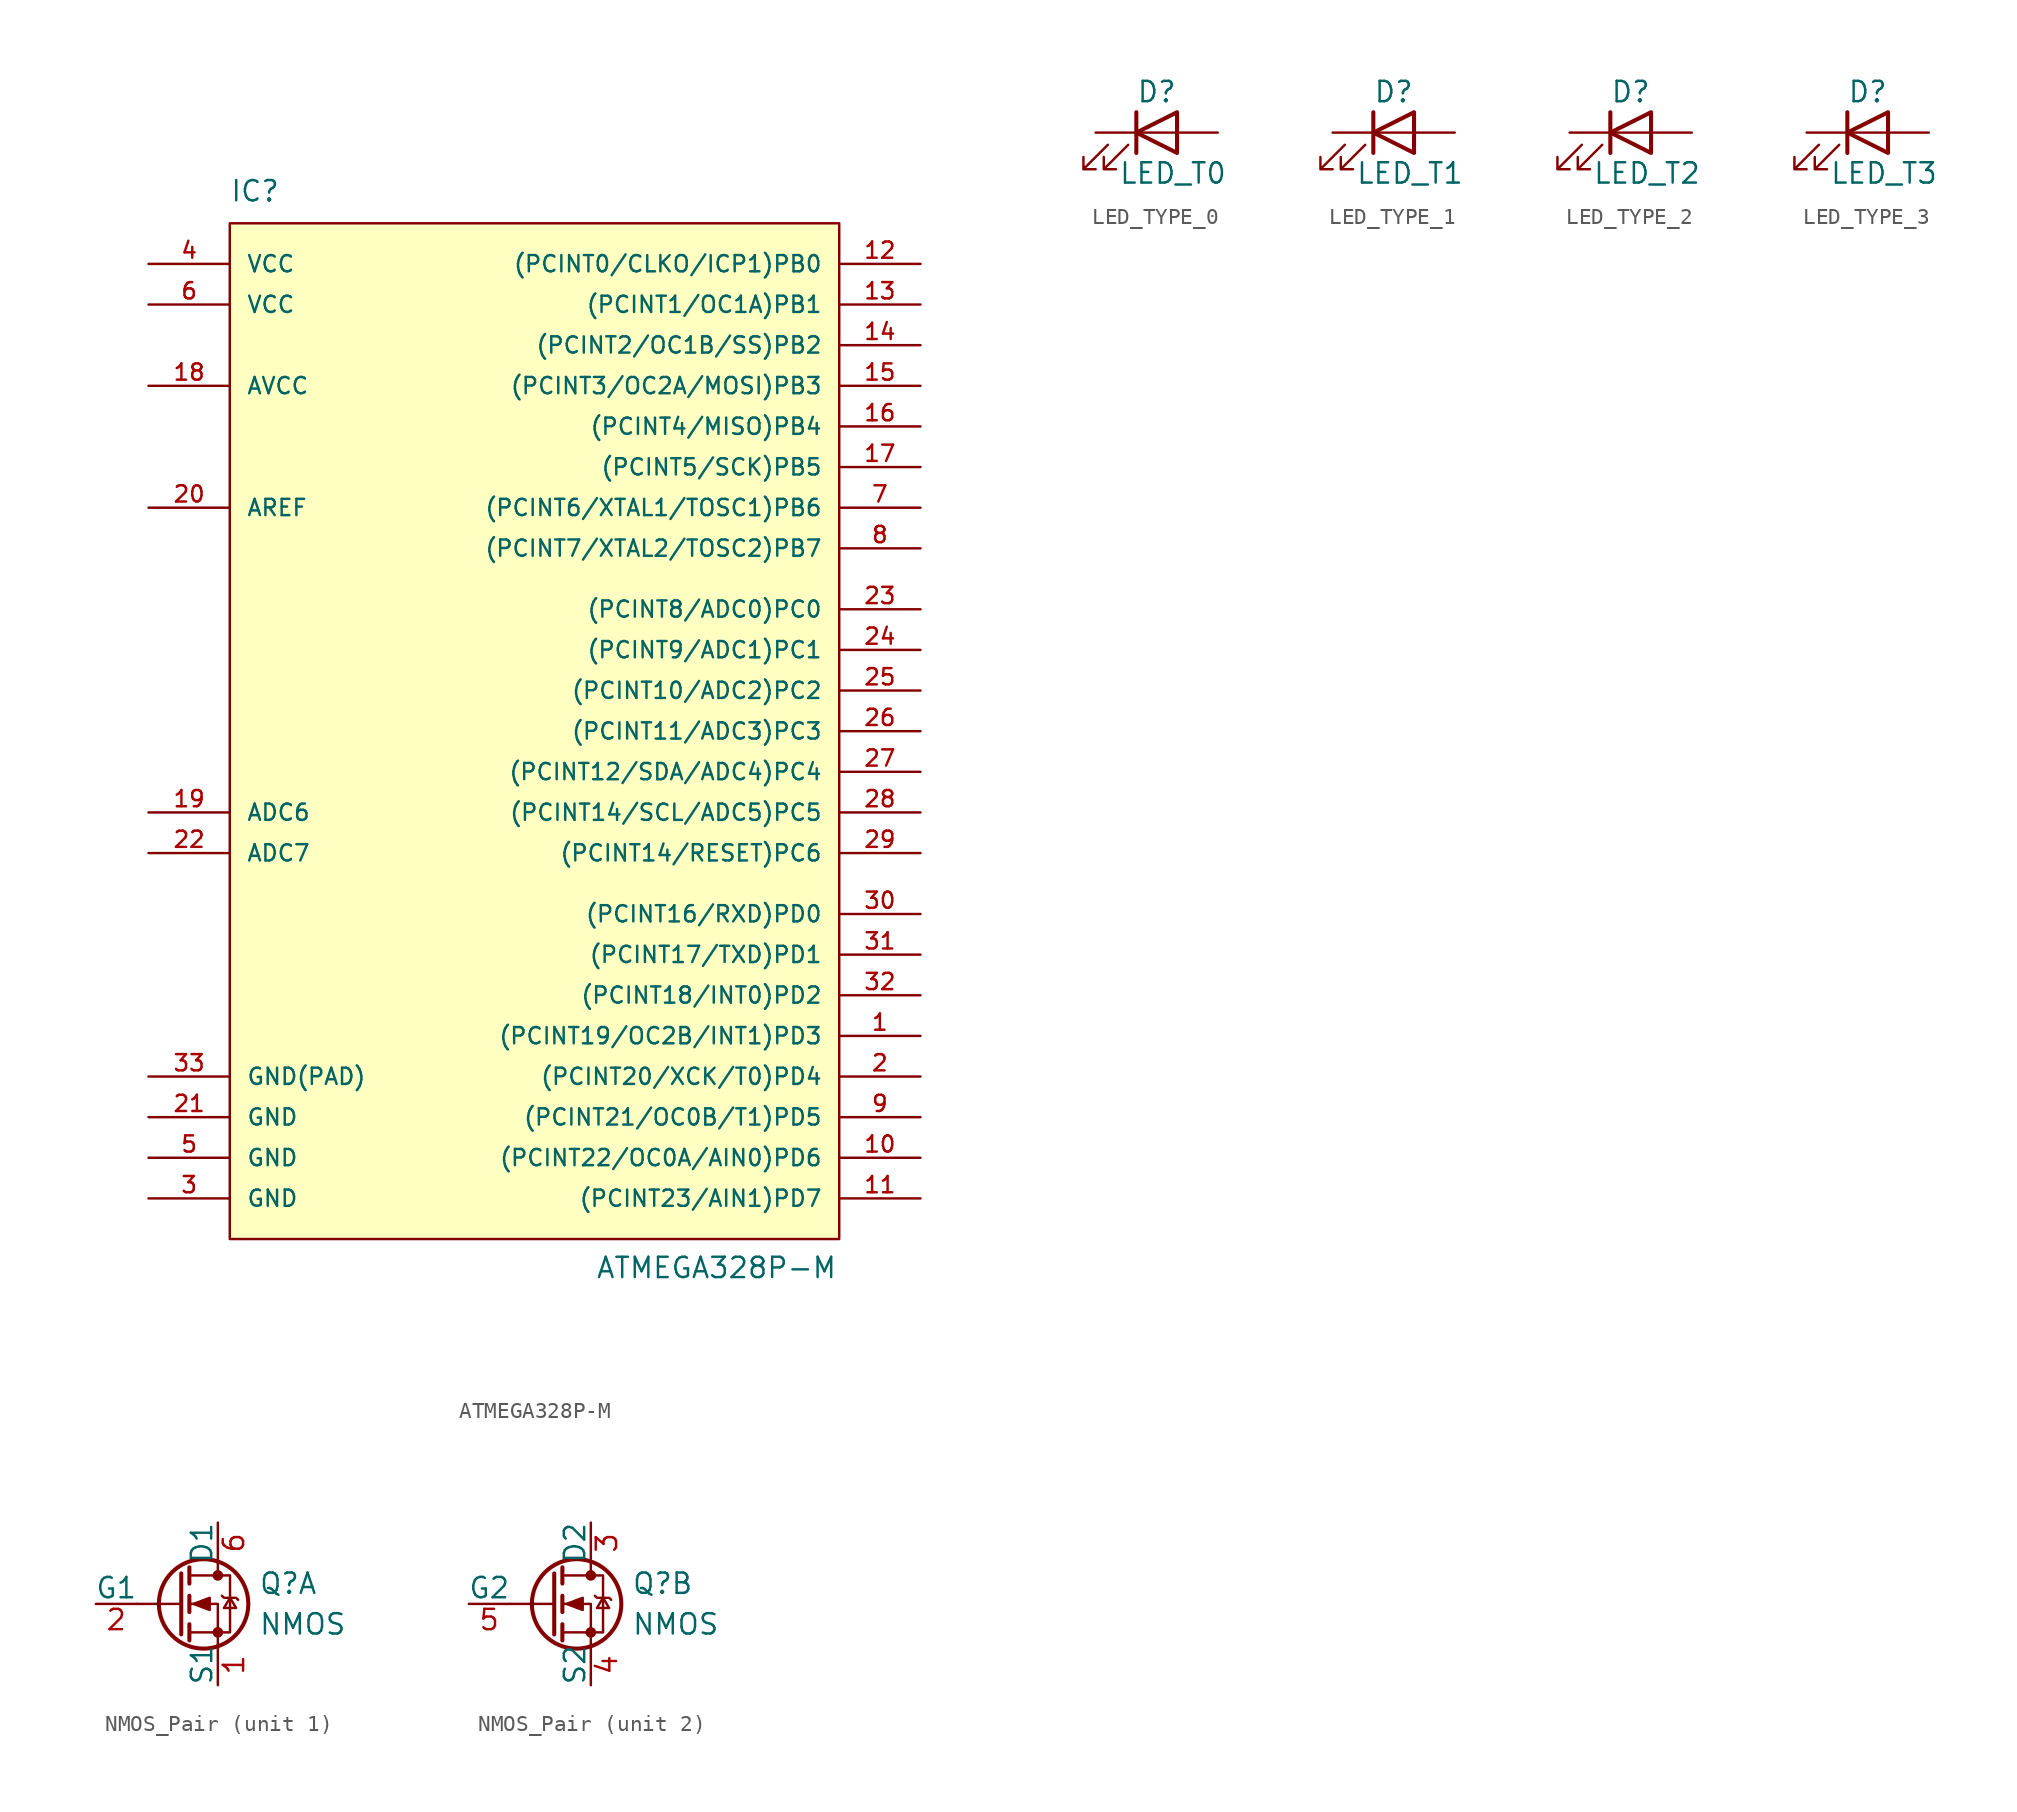
<source format=kicad_sym>
(kicad_symbol_lib
  (version 20241209)
  (generator "kicad_symbol_editor")
  (generator_version "9.0")
  (symbol "ATMEGA328P-M"
    (pin_names
      (offset 1.016))
    (property "Reference" "IC"
      (at -17.78 31.75 0)
      (effects (font (size 1.27 1.27)) (justify left bottom)))
    (property "Value" "ATMEGA328P-M"
      (at 5.08 -35.56 0)
      (effects (font (size 1.27 1.27)) (justify left bottom)))
    (property "Datasheet" ""
      (at 0 0 0)
      (effects (font (size 1.524 1.524))))
    (symbol "ATMEGA328P-M_0_1"
      (rectangle (start -17.78 30.48) (end 20.32 -33.02) (stroke (width 0) (type solid)) (fill (type background))))
    (symbol "ATMEGA328P-M_1_1"
      (pin power_in line (at -22.86 27.94 0) (length 5.08) (name "VCC" (effects (font (size 1.016 1.016)))) (number "4" (effects (font (size 1.016 1.016)))))
      (pin power_in line (at -22.86 25.4 0) (length 5.08) (name "VCC" (effects (font (size 1.016 1.016)))) (number "6" (effects (font (size 1.016 1.016)))))
      (pin power_in line (at -22.86 20.32 0) (length 5.08) (name "AVCC" (effects (font (size 1.016 1.016)))) (number "18" (effects (font (size 1.016 1.016)))))
      (pin passive line (at -22.86 12.7 0) (length 5.08) (name "AREF" (effects (font (size 1.016 1.016)))) (number "20" (effects (font (size 1.016 1.016)))))
      (pin input line (at -22.86 -6.35 0) (length 5.08) (name "ADC6" (effects (font (size 1.016 1.016)))) (number "19" (effects (font (size 1.016 1.016)))))
      (pin power_in line (at -22.86 -8.89 0) (length 5.08) (name "ADC7" (effects (font (size 1.016 1.016)))) (number "22" (effects (font (size 1.016 1.016)))))
      (pin power_in line (at -22.86 -22.86 0) (length 5.08) (name "GND(PAD)" (effects (font (size 1.016 1.016)))) (number "33" (effects (font (size 1.016 1.016)))))
      (pin power_in line (at -22.86 -25.4 0) (length 5.08) (name "GND" (effects (font (size 1.016 1.016)))) (number "21" (effects (font (size 1.016 1.016)))))
      (pin power_in line (at -22.86 -27.94 0) (length 5.08) (name "GND" (effects (font (size 1.016 1.016)))) (number "5" (effects (font (size 1.016 1.016)))))
      (pin power_in line (at -22.86 -30.48 0) (length 5.08) (name "GND" (effects (font (size 1.016 1.016)))) (number "3" (effects (font (size 1.016 1.016)))))
      (pin bidirectional line (at 25.4 27.94 180) (length 5.08) (name "(PCINT0/CLKO/ICP1)PB0" (effects (font (size 1.016 1.016)))) (number "12" (effects (font (size 1.016 1.016)))))
      (pin bidirectional line (at 25.4 25.4 180) (length 5.08) (name "(PCINT1/OC1A)PB1" (effects (font (size 1.016 1.016)))) (number "13" (effects (font (size 1.016 1.016)))))
      (pin bidirectional line (at 25.4 22.86 180) (length 5.08) (name "(PCINT2/OC1B/SS)PB2" (effects (font (size 1.016 1.016)))) (number "14" (effects (font (size 1.016 1.016)))))
      (pin bidirectional line (at 25.4 20.32 180) (length 5.08) (name "(PCINT3/OC2A/MOSI)PB3" (effects (font (size 1.016 1.016)))) (number "15" (effects (font (size 1.016 1.016)))))
      (pin bidirectional line (at 25.4 17.78 180) (length 5.08) (name "(PCINT4/MISO)PB4" (effects (font (size 1.016 1.016)))) (number "16" (effects (font (size 1.016 1.016)))))
      (pin bidirectional line (at 25.4 15.24 180) (length 5.08) (name "(PCINT5/SCK)PB5" (effects (font (size 1.016 1.016)))) (number "17" (effects (font (size 1.016 1.016)))))
      (pin bidirectional line (at 25.4 12.7 180) (length 5.08) (name "(PCINT6/XTAL1/TOSC1)PB6" (effects (font (size 1.016 1.016)))) (number "7" (effects (font (size 1.016 1.016)))))
      (pin bidirectional line (at 25.4 10.16 180) (length 5.08) (name "(PCINT7/XTAL2/TOSC2)PB7" (effects (font (size 1.016 1.016)))) (number "8" (effects (font (size 1.016 1.016)))))
      (pin bidirectional line (at 25.4 6.35 180) (length 5.08) (name "(PCINT8/ADC0)PC0" (effects (font (size 1.016 1.016)))) (number "23" (effects (font (size 1.016 1.016)))))
      (pin bidirectional line (at 25.4 3.81 180) (length 5.08) (name "(PCINT9/ADC1)PC1" (effects (font (size 1.016 1.016)))) (number "24" (effects (font (size 1.016 1.016)))))
      (pin bidirectional line (at 25.4 1.27 180) (length 5.08) (name "(PCINT10/ADC2)PC2" (effects (font (size 1.016 1.016)))) (number "25" (effects (font (size 1.016 1.016)))))
      (pin bidirectional line (at 25.4 -1.27 180) (length 5.08) (name "(PCINT11/ADC3)PC3" (effects (font (size 1.016 1.016)))) (number "26" (effects (font (size 1.016 1.016)))))
      (pin bidirectional line (at 25.4 -3.81 180) (length 5.08) (name "(PCINT12/SDA/ADC4)PC4" (effects (font (size 1.016 1.016)))) (number "27" (effects (font (size 1.016 1.016)))))
      (pin bidirectional line (at 25.4 -6.35 180) (length 5.08) (name "(PCINT14/SCL/ADC5)PC5" (effects (font (size 1.016 1.016)))) (number "28" (effects (font (size 1.016 1.016)))))
      (pin bidirectional line (at 25.4 -8.89 180) (length 5.08) (name "(PCINT14/RESET)PC6" (effects (font (size 1.016 1.016)))) (number "29" (effects (font (size 1.016 1.016)))))
      (pin bidirectional line (at 25.4 -12.7 180) (length 5.08) (name "(PCINT16/RXD)PD0" (effects (font (size 1.016 1.016)))) (number "30" (effects (font (size 1.016 1.016)))))
      (pin bidirectional line (at 25.4 -15.24 180) (length 5.08) (name "(PCINT17/TXD)PD1" (effects (font (size 1.016 1.016)))) (number "31" (effects (font (size 1.016 1.016)))))
      (pin bidirectional line (at 25.4 -17.78 180) (length 5.08) (name "(PCINT18/INT0)PD2" (effects (font (size 1.016 1.016)))) (number "32" (effects (font (size 1.016 1.016)))))
      (pin bidirectional line (at 25.4 -20.32 180) (length 5.08) (name "(PCINT19/OC2B/INT1)PD3" (effects (font (size 1.016 1.016)))) (number "1" (effects (font (size 1.016 1.016)))))
      (pin bidirectional line (at 25.4 -22.86 180) (length 5.08) (name "(PCINT20/XCK/T0)PD4" (effects (font (size 1.016 1.016)))) (number "2" (effects (font (size 1.016 1.016)))))
      (pin bidirectional line (at 25.4 -25.4 180) (length 5.08) (name "(PCINT21/OC0B/T1)PD5" (effects (font (size 1.016 1.016)))) (number "9" (effects (font (size 1.016 1.016)))))
      (pin bidirectional line (at 25.4 -27.94 180) (length 5.08) (name "(PCINT22/OC0A/AIN0)PD6" (effects (font (size 1.016 1.016)))) (number "10" (effects (font (size 1.016 1.016)))))
      (pin bidirectional line (at 25.4 -30.48 180) (length 5.08) (name "(PCINT23/AIN1)PD7" (effects (font (size 1.016 1.016)))) (number "11" (effects (font (size 1.016 1.016)))))))
  (symbol "LED_TYPE_0"
    (pin_numbers
      (hide yes))
    (pin_names
      (offset 1.016)
      (hide yes))
    (property "Reference" "D"
      (at 0 2.54 0)
      (effects (font (size 1.27 1.27))))
    (property "Value" "LED_T0"
      (at 1.016 -2.54 0)
      (effects (font (size 1.27 1.27))))
    (symbol "LED_TYPE_0_0_1"
      (polyline (pts (xy -3.048 -0.762) (xy -4.572 -2.286) (xy -3.81 -2.286) (xy -4.572 -2.286) (xy -4.572 -1.524)) (stroke (width 0) (type default)) (fill (type none)))
      (polyline (pts (xy -1.778 -0.762) (xy -3.302 -2.286) (xy -2.54 -2.286) (xy -3.302 -2.286) (xy -3.302 -1.524)) (stroke (width 0) (type default)) (fill (type none)))
      (polyline (pts (xy -1.27 0) (xy 1.27 0)) (stroke (width 0) (type default)) (fill (type none)))
      (polyline (pts (xy -1.27 -1.27) (xy -1.27 1.27)) (stroke (width 0.254) (type default)) (fill (type none)))
      (polyline (pts (xy 1.27 -1.27) (xy 1.27 1.27) (xy -1.27 0) (xy 1.27 -1.27)) (stroke (width 0.254) (type default)) (fill (type none))))
    (symbol "LED_TYPE_0_1_1"
      (pin passive line (at -3.81 0 0) (length 2.54) (name "K" (effects (font (size 1.27 1.27)))) (number "1" (effects (font (size 1.27 1.27)))))
      (pin passive line (at 3.81 0 180) (length 2.54) (name "A" (effects (font (size 1.27 1.27)))) (number "2" (effects (font (size 1.27 1.27)))))))
  (symbol "LED_TYPE_1"
    (pin_numbers
      (hide yes))
    (pin_names
      (offset 1.016)
      (hide yes))
    (property "Reference" "D"
      (at 0 2.54 0)
      (effects (font (size 1.27 1.27))))
    (property "Value" "LED_T1"
      (at 1.016 -2.54 0)
      (effects (font (size 1.27 1.27))))
    (symbol "LED_TYPE_1_0_1"
      (polyline (pts (xy -3.048 -0.762) (xy -4.572 -2.286) (xy -3.81 -2.286) (xy -4.572 -2.286) (xy -4.572 -1.524)) (stroke (width 0) (type default)) (fill (type none)))
      (polyline (pts (xy -1.778 -0.762) (xy -3.302 -2.286) (xy -2.54 -2.286) (xy -3.302 -2.286) (xy -3.302 -1.524)) (stroke (width 0) (type default)) (fill (type none)))
      (polyline (pts (xy -1.27 0) (xy 1.27 0)) (stroke (width 0) (type default)) (fill (type none)))
      (polyline (pts (xy -1.27 -1.27) (xy -1.27 1.27)) (stroke (width 0.254) (type default)) (fill (type none)))
      (polyline (pts (xy 1.27 -1.27) (xy 1.27 1.27) (xy -1.27 0) (xy 1.27 -1.27)) (stroke (width 0.254) (type default)) (fill (type none))))
    (symbol "LED_TYPE_1_1_1"
      (pin passive line (at -3.81 0 0) (length 2.54) (name "K" (effects (font (size 1.27 1.27)))) (number "1" (effects (font (size 1.27 1.27)))))
      (pin passive line (at 3.81 0 180) (length 2.54) (name "A" (effects (font (size 1.27 1.27)))) (number "2" (effects (font (size 1.27 1.27)))))))
  (symbol "LED_TYPE_2"
    (pin_numbers
      (hide yes))
    (pin_names
      (offset 1.016)
      (hide yes))
    (property "Reference" "D"
      (at 0 2.54 0)
      (effects (font (size 1.27 1.27))))
    (property "Value" "LED_T2"
      (at 1.016 -2.54 0)
      (effects (font (size 1.27 1.27))))
    (symbol "LED_TYPE_2_0_1"
      (polyline (pts (xy -3.048 -0.762) (xy -4.572 -2.286) (xy -3.81 -2.286) (xy -4.572 -2.286) (xy -4.572 -1.524)) (stroke (width 0) (type default)) (fill (type none)))
      (polyline (pts (xy -1.778 -0.762) (xy -3.302 -2.286) (xy -2.54 -2.286) (xy -3.302 -2.286) (xy -3.302 -1.524)) (stroke (width 0) (type default)) (fill (type none)))
      (polyline (pts (xy -1.27 0) (xy 1.27 0)) (stroke (width 0) (type default)) (fill (type none)))
      (polyline (pts (xy -1.27 -1.27) (xy -1.27 1.27)) (stroke (width 0.254) (type default)) (fill (type none)))
      (polyline (pts (xy 1.27 -1.27) (xy 1.27 1.27) (xy -1.27 0) (xy 1.27 -1.27)) (stroke (width 0.254) (type default)) (fill (type none))))
    (symbol "LED_TYPE_2_1_1"
      (pin passive line (at -3.81 0 0) (length 2.54) (name "K" (effects (font (size 1.27 1.27)))) (number "1" (effects (font (size 1.27 1.27)))))
      (pin passive line (at 3.81 0 180) (length 2.54) (name "A" (effects (font (size 1.27 1.27)))) (number "2" (effects (font (size 1.27 1.27)))))))
  (symbol "LED_TYPE_3"
    (pin_numbers
      (hide yes))
    (pin_names
      (offset 1.016)
      (hide yes))
    (property "Reference" "D"
      (at 0 2.54 0)
      (effects (font (size 1.27 1.27))))
    (property "Value" "LED_T3"
      (at 1.016 -2.54 0)
      (effects (font (size 1.27 1.27))))
    (symbol "LED_TYPE_3_0_1"
      (polyline (pts (xy -3.048 -0.762) (xy -4.572 -2.286) (xy -3.81 -2.286) (xy -4.572 -2.286) (xy -4.572 -1.524)) (stroke (width 0) (type default)) (fill (type none)))
      (polyline (pts (xy -1.778 -0.762) (xy -3.302 -2.286) (xy -2.54 -2.286) (xy -3.302 -2.286) (xy -3.302 -1.524)) (stroke (width 0) (type default)) (fill (type none)))
      (polyline (pts (xy -1.27 0) (xy 1.27 0)) (stroke (width 0) (type default)) (fill (type none)))
      (polyline (pts (xy -1.27 -1.27) (xy -1.27 1.27)) (stroke (width 0.254) (type default)) (fill (type none)))
      (polyline (pts (xy 1.27 -1.27) (xy 1.27 1.27) (xy -1.27 0) (xy 1.27 -1.27)) (stroke (width 0.254) (type default)) (fill (type none))))
    (symbol "LED_TYPE_3_1_1"
      (pin passive line (at -3.81 0 0) (length 2.54) (name "K" (effects (font (size 1.27 1.27)))) (number "1" (effects (font (size 1.27 1.27)))))
      (pin passive line (at 3.81 0 180) (length 2.54) (name "A" (effects (font (size 1.27 1.27)))) (number "2" (effects (font (size 1.27 1.27)))))))
  (symbol "NMOS_Pair"
    (pin_names
      (offset 0))
    (property "Reference" "Q"
      (at 5.08 1.27 0)
      (effects (font (size 1.27 1.27)) (justify left)))
    (property "Value" "NMOS"
      (at 5.08 -1.27 0)
      (effects (font (size 1.27 1.27)) (justify left)))
    (property "ki_locked" ""
      (at 0 0 0)
      (effects (font (size 1.27 1.27))))
    (symbol "NMOS_Pair_0_1"
      (polyline (pts (xy 0.254 1.905) (xy 0.254 -1.905)) (stroke (width 0.254) (type default)) (fill (type none)))
      (polyline (pts (xy 0.254 0) (xy -2.54 0)) (stroke (width 0) (type default)) (fill (type none)))
      (polyline (pts (xy 0.762 2.286) (xy 0.762 1.27)) (stroke (width 0.254) (type default)) (fill (type none)))
      (polyline (pts (xy 0.762 0.508) (xy 0.762 -0.508)) (stroke (width 0.254) (type default)) (fill (type none)))
      (polyline (pts (xy 0.762 -1.27) (xy 0.762 -2.286)) (stroke (width 0.254) (type default)) (fill (type none)))
      (polyline (pts (xy 0.762 -1.778) (xy 3.302 -1.778) (xy 3.302 1.778) (xy 0.762 1.778)) (stroke (width 0) (type default)) (fill (type none)))
      (polyline (pts (xy 1.016 0) (xy 2.032 0.381) (xy 2.032 -0.381) (xy 1.016 0)) (stroke (width 0) (type default)) (fill (type outline)))
      (circle (center 1.651 0) (radius 2.794) (stroke (width 0.254) (type default)) (fill (type none)))
      (polyline (pts (xy 2.54 2.54) (xy 2.54 1.778)) (stroke (width 0) (type default)) (fill (type none)))
      (circle (center 2.54 1.778) (radius 0.254) (stroke (width 0) (type default)) (fill (type outline)))
      (circle (center 2.54 -1.778) (radius 0.254) (stroke (width 0) (type default)) (fill (type outline)))
      (polyline (pts (xy 2.54 -2.54) (xy 2.54 0) (xy 0.762 0)) (stroke (width 0) (type default)) (fill (type none)))
      (polyline (pts (xy 2.794 0.508) (xy 2.921 0.381) (xy 3.683 0.381) (xy 3.81 0.254)) (stroke (width 0) (type default)) (fill (type none)))
      (polyline (pts (xy 3.302 0.381) (xy 2.921 -0.254) (xy 3.683 -0.254) (xy 3.302 0.381)) (stroke (width 0) (type default)) (fill (type none))))
    (symbol "NMOS_Pair_1_1"
      (pin input line (at -5.08 0 0) (length 2.54) (name "G1" (effects (font (size 1.27 1.27)))) (number "2" (effects (font (size 1.27 1.27)))))
      (pin passive line (at 2.54 5.08 270) (length 2.54) (name "D1" (effects (font (size 1.27 1.27)))) (number "6" (effects (font (size 1.27 1.27)))))
      (pin passive line (at 2.54 -5.08 90) (length 2.54) (name "S1" (effects (font (size 1.27 1.27)))) (number "1" (effects (font (size 1.27 1.27))))))
    (symbol "NMOS_Pair_2_1"
      (pin input line (at -5.08 0 0) (length 2.54) (name "G2" (effects (font (size 1.27 1.27)))) (number "5" (effects (font (size 1.27 1.27)))))
      (pin passive line (at 2.54 5.08 270) (length 2.54) (name "D2" (effects (font (size 1.27 1.27)))) (number "3" (effects (font (size 1.27 1.27)))))
      (pin passive line (at 2.54 -5.08 90) (length 2.54) (name "S2" (effects (font (size 1.27 1.27)))) (number "4" (effects (font (size 1.27 1.27))))))))
</source>
